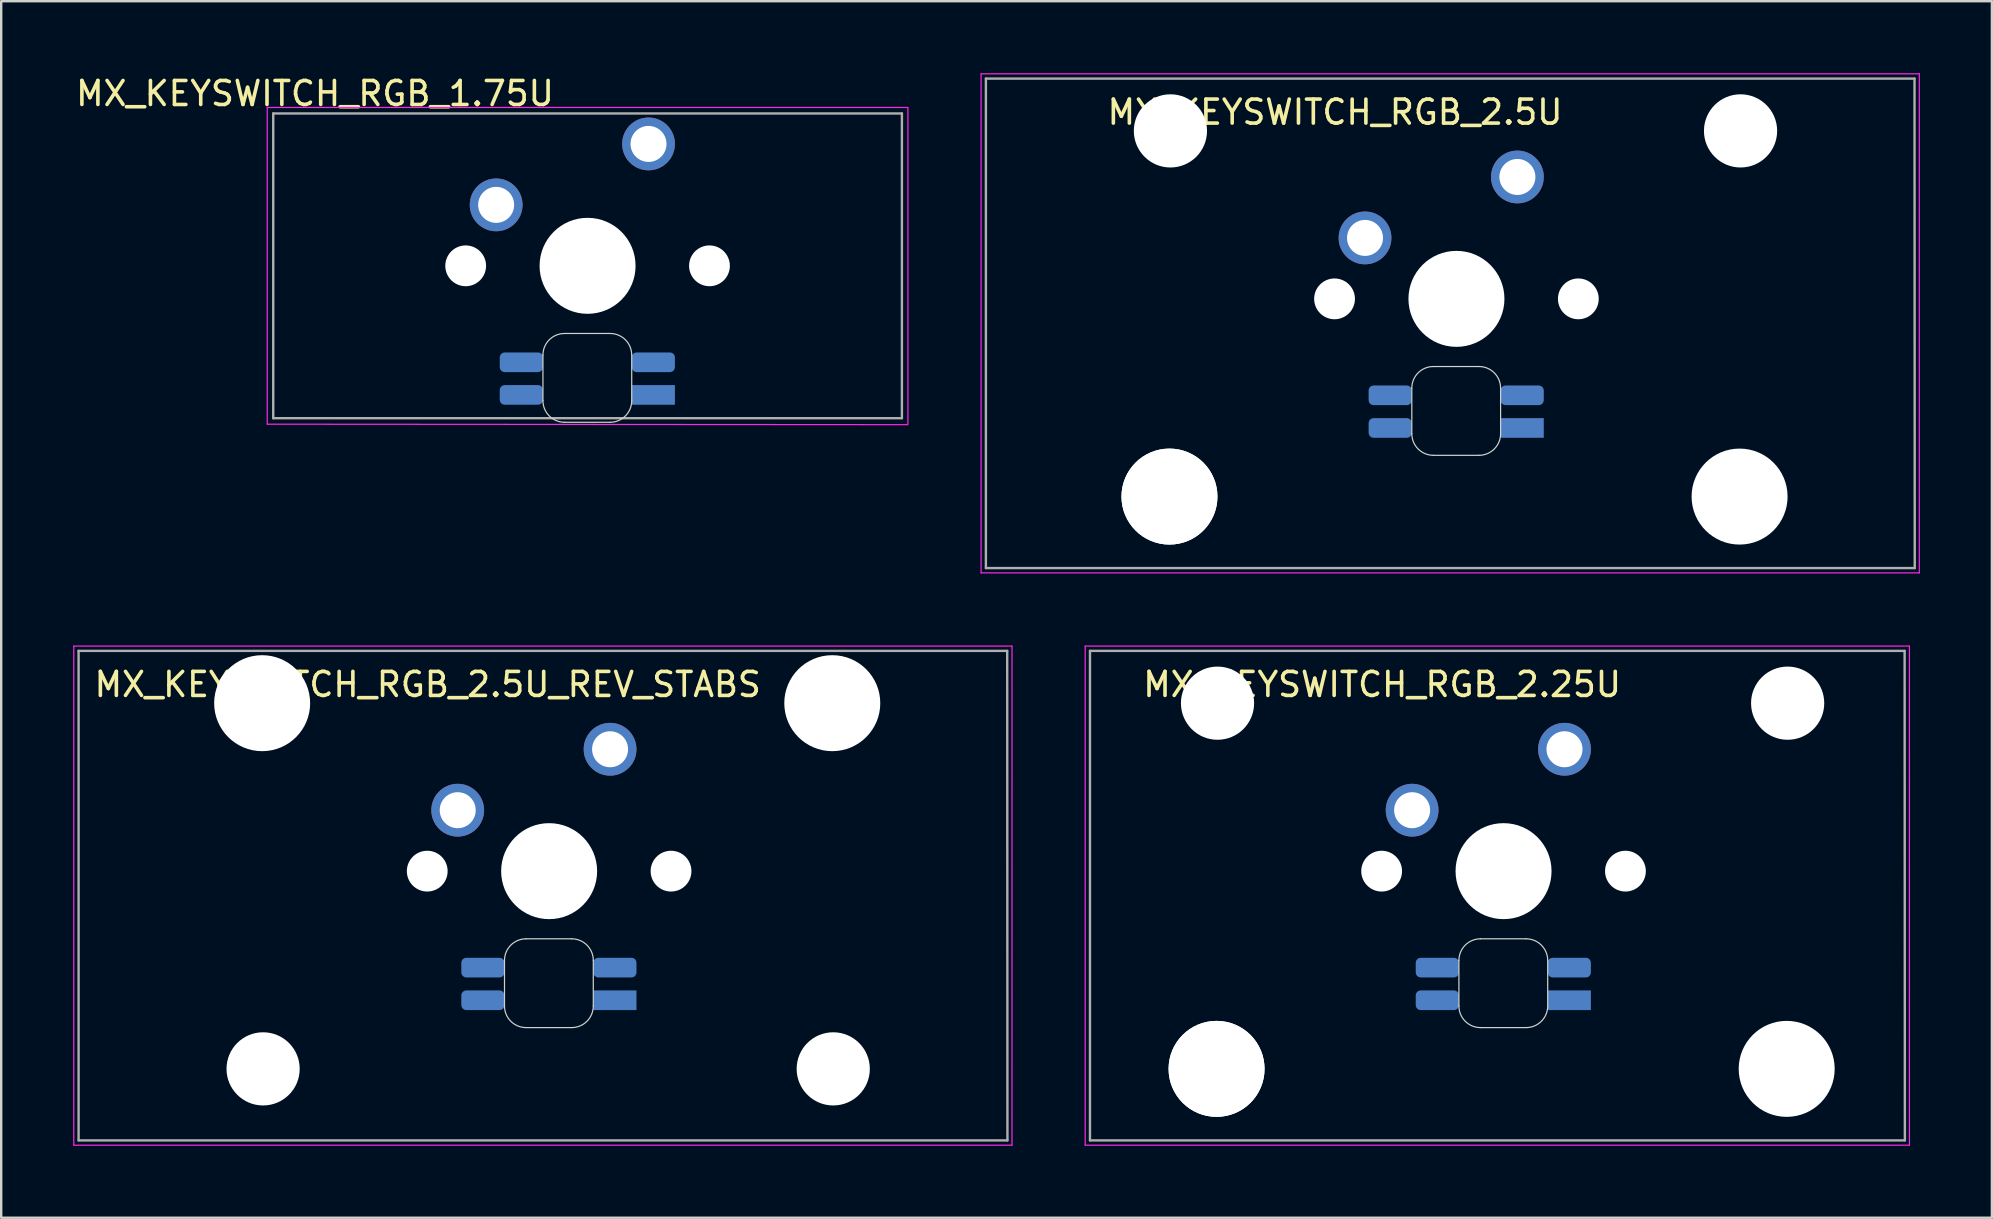
<source format=kicad_pcb>
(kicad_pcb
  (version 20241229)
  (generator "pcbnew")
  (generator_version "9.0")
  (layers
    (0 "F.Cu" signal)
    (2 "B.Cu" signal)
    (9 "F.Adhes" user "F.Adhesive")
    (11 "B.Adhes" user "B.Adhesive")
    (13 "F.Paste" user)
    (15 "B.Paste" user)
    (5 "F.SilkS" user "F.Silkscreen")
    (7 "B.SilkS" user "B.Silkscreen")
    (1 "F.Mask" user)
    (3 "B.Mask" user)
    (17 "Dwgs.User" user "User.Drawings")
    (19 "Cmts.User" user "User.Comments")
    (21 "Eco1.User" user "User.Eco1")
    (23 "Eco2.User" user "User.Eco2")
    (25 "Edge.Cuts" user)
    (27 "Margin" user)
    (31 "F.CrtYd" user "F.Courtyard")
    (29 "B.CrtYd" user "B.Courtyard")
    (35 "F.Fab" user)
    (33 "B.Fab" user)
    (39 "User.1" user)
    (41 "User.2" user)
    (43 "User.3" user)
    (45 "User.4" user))
  (footprint "MX_KEYSWITCH_RGB_2.5U"
    (layer "F.Cu")
    (at 57.587 9.425)
    (property "Reference" "MX_KEYSWITCH_RGB_2.5U" (at -5 -7.8 0) (layer "F.SilkS") (effects (font (size 1 1) (thickness 0.15))))
    (attr through_hole)
    (fp_line (start -1.8 3.7) (end -1.8 5.6) (stroke (width 0.05) (type solid)) (layer "Edge.Cuts"))
    (fp_line (start -0.9 6.5) (end 1 6.5) (stroke (width 0.05) (type solid)) (layer "Edge.Cuts"))
    (fp_line (start 1 2.8) (end -0.9 2.8) (stroke (width 0.05) (type solid)) (layer "Edge.Cuts"))
    (fp_line (start 1.9 5.6) (end 1.9 3.7) (stroke (width 0.05) (type solid)) (layer "Edge.Cuts"))
    (fp_arc (start -1.8 3.7) (mid -1.536396 3.063604) (end -0.9 2.8) (stroke (width 0.05) (type solid)) (layer "Edge.Cuts"))
    (fp_arc (start -0.9 6.5) (mid -1.536396 6.236396) (end -1.8 5.6) (stroke (width 0.05) (type solid)) (layer "Edge.Cuts"))
    (fp_arc (start 1 2.8) (mid 1.636396 3.063604) (end 1.9 3.7) (stroke (width 0.05) (type solid)) (layer "Edge.Cuts"))
    (fp_arc (start 1.9 5.6) (mid 1.636396 6.236396) (end 1 6.5) (stroke (width 0.05) (type solid)) (layer "Edge.Cuts"))
    (fp_line (start -19.75 -9.4) (end 19.35 -9.4) (stroke (width 0.05) (type solid)) (layer "F.CrtYd"))
    (fp_line (start -19.75 11.4) (end -19.75 -9.4) (stroke (width 0.05) (type solid)) (layer "F.CrtYd"))
    (fp_line (start 19.35 -9.4) (end 19.35 11.4) (stroke (width 0.05) (type solid)) (layer "F.CrtYd"))
    (fp_line (start 19.35 11.4) (end -19.75 11.4) (stroke (width 0.05) (type solid)) (layer "F.CrtYd"))
    (fp_line (start -19.55 -9.2) (end 19.15 -9.2) (stroke (width 0.1) (type solid)) (layer "F.Fab"))
    (fp_line (start -19.55 11.2) (end -19.55 -9.2) (stroke (width 0.1) (type solid)) (layer "F.Fab"))
    (fp_line (start 19.15 -9.2) (end 19.16 11.2) (stroke (width 0.1) (type solid)) (layer "F.Fab"))
    (fp_line (start 19.16 11.2) (end -19.55 11.2) (stroke (width 0.1) (type solid)) (layer "F.Fab"))
    (pad "" np_thru_hole circle (at -11.9 8.22) (size 4 4) (drill 4) (layers "*.Cu" "*.Mask"))
    (pad "" np_thru_hole circle (at -11.9 8.22) (size 4 4) (drill 4) (layers "*.Cu" "*.Mask"))
    (pad "" np_thru_hole circle (at -11.86 -7.02) (size 3.05 3.05) (drill 3.05) (layers "*.Cu" "*.Mask"))
    (pad "" np_thru_hole circle (at -5.02 -0.02) (size 1.7 1.7) (drill 1.7) (layers "*.Cu" "*.Mask"))
    (pad "" np_thru_hole circle (at 0.06 -0.02) (size 4 4) (drill 4) (layers "*.Cu" "*.Mask"))
    (pad "" np_thru_hole circle (at 5.14 -0.02) (size 1.7 1.7) (drill 1.7) (layers "*.Cu" "*.Mask"))
    (pad "" np_thru_hole circle (at 11.86 8.22) (size 4 4) (drill 4) (layers "*.Cu" "*.Mask"))
    (pad "" np_thru_hole circle (at 11.9 -7.02) (size 3.05 3.05) (drill 3.05) (layers "*.Cu" "*.Mask"))
    (pad "1" thru_hole circle (at 2.6 -5.1) (size 2.2 2.2) (drill 1.5) (layers "*.Cu" "*.Mask"))
    (pad "2" thru_hole circle (at -3.75 -2.56) (size 2.2 2.2) (drill 1.5) (layers "*.Cu" "*.Mask"))
    (pad "3" smd roundrect (at 2.8 4) (size 1.8 0.82) (layers "B.Cu" "B.Mask" "B.Paste") (roundrect_rratio 0.25))
    (pad "4" smd roundrect (at -2.7 5.36) (size 1.8 0.82) (layers "B.Cu" "B.Mask" "B.Paste") (roundrect_rratio 0.25))
    (pad "5" smd roundrect (at -2.7 4) (size 1.8 0.82) (layers "B.Cu" "B.Mask" "B.Paste") (roundrect_rratio 0.25))
    (pad "6" smd rect (at 2.8 5.36) (size 1.8 0.82) (layers "B.Cu" "B.Mask" "B.Paste")))
  (footprint "MX_KEYSWITCH_RGB_1.75U"
    (layer "F.Cu")
    (at 21.377 8.048)
    (property "Reference" "MX_KEYSWITCH_RGB_1.75U" (at -11.3 -7.2 0) (layer "F.SilkS") (effects (font (size 1 1) (thickness 0.15))))
    (attr through_hole)
    (fp_line (start -1.8 3.7) (end -1.8 5.6) (stroke (width 0.05) (type solid)) (layer "Edge.Cuts"))
    (fp_line (start -0.9 6.5) (end 1 6.5) (stroke (width 0.05) (type solid)) (layer "Edge.Cuts"))
    (fp_line (start 1 2.8) (end -0.9 2.8) (stroke (width 0.05) (type solid)) (layer "Edge.Cuts"))
    (fp_line (start 1.9 5.6) (end 1.9 3.7) (stroke (width 0.05) (type solid)) (layer "Edge.Cuts"))
    (fp_arc (start -1.8 3.7) (mid -1.536396 3.063604) (end -0.9 2.8) (stroke (width 0.05) (type solid)) (layer "Edge.Cuts"))
    (fp_arc (start -0.9 6.5) (mid -1.536396 6.236396) (end -1.8 5.6) (stroke (width 0.05) (type solid)) (layer "Edge.Cuts"))
    (fp_arc (start 1 2.8) (mid 1.636396 3.063604) (end 1.9 3.7) (stroke (width 0.05) (type solid)) (layer "Edge.Cuts"))
    (fp_arc (start 1.9 5.6) (mid 1.636396 6.236396) (end 1 6.5) (stroke (width 0.05) (type solid)) (layer "Edge.Cuts"))
    (fp_line (start -13.29 -6.62) (end 13.4 -6.62) (stroke (width 0.05) (type solid)) (layer "F.CrtYd"))
    (fp_line (start -13.29 6.58) (end -13.29 -6.62) (stroke (width 0.05) (type solid)) (layer "F.CrtYd"))
    (fp_line (start 13.4 6.6) (end -13.29 6.58) (stroke (width 0.05) (type solid)) (layer "F.CrtYd"))
    (fp_line (start 13.41 -6.62) (end 13.41 6.58) (stroke (width 0.05) (type solid)) (layer "F.CrtYd"))
    (fp_line (start -13.04 -6.37) (end 13.16 -6.37) (stroke (width 0.1) (type solid)) (layer "F.Fab"))
    (fp_line (start -13.04 6.33) (end -13.04 -6.37) (stroke (width 0.1) (type solid)) (layer "F.Fab"))
    (fp_line (start 13.16 -6.37) (end 13.16 6.33) (stroke (width 0.1) (type solid)) (layer "F.Fab"))
    (fp_line (start 13.16 6.33) (end -13.04 6.33) (stroke (width 0.1) (type solid)) (layer "F.Fab"))
    (pad "" np_thru_hole circle (at -5.02 -0.02) (size 1.7 1.7) (drill 1.7) (layers "*.Cu" "*.Mask"))
    (pad "" np_thru_hole circle (at 0.06 -0.02) (size 4 4) (drill 4) (layers "*.Cu" "*.Mask"))
    (pad "" np_thru_hole circle (at 5.14 -0.02) (size 1.7 1.7) (drill 1.7) (layers "*.Cu" "*.Mask"))
    (pad "1" thru_hole circle (at 2.6 -5.1) (size 2.2 2.2) (drill 1.5) (layers "*.Cu" "*.Mask"))
    (pad "2" thru_hole circle (at -3.75 -2.56) (size 2.2 2.2) (drill 1.5) (layers "*.Cu" "*.Mask"))
    (pad "3" smd roundrect (at 2.8 4) (size 1.8 0.82) (layers "B.Cu" "B.Mask" "B.Paste") (roundrect_rratio 0.25))
    (pad "4" smd roundrect (at -2.7 5.36) (size 1.8 0.82) (layers "B.Cu" "B.Mask" "B.Paste") (roundrect_rratio 0.25))
    (pad "5" smd roundrect (at -2.7 4) (size 1.8 0.82) (layers "B.Cu" "B.Mask" "B.Paste") (roundrect_rratio 0.25))
    (pad "6" smd rect (at 2.8 5.36) (size 1.8 0.82) (layers "B.Cu" "B.Mask" "B.Paste")))
  (footprint "MX_KEYSWITCH_RGB_2.5U_REV_STABS"
    (layer "F.Cu")
    (at 19.775 33.275)
    (property "Reference" "MX_KEYSWITCH_RGB_2.5U_REV_STABS" (at -5 -7.8 0) (layer "F.SilkS") (effects (font (size 1 1) (thickness 0.15))))
    (attr through_hole)
    (fp_line (start -1.8 3.7) (end -1.8 5.6) (stroke (width 0.05) (type solid)) (layer "Edge.Cuts"))
    (fp_line (start -0.9 6.5) (end 1 6.5) (stroke (width 0.05) (type solid)) (layer "Edge.Cuts"))
    (fp_line (start 1 2.8) (end -0.9 2.8) (stroke (width 0.05) (type solid)) (layer "Edge.Cuts"))
    (fp_line (start 1.9 5.6) (end 1.9 3.7) (stroke (width 0.05) (type solid)) (layer "Edge.Cuts"))
    (fp_arc (start -1.8 3.7) (mid -1.536396 3.063604) (end -0.9 2.8) (stroke (width 0.05) (type solid)) (layer "Edge.Cuts"))
    (fp_arc (start -0.9 6.5) (mid -1.536396 6.236396) (end -1.8 5.6) (stroke (width 0.05) (type solid)) (layer "Edge.Cuts"))
    (fp_arc (start 1 2.8) (mid 1.636396 3.063604) (end 1.9 3.7) (stroke (width 0.05) (type solid)) (layer "Edge.Cuts"))
    (fp_arc (start 1.9 5.6) (mid 1.636396 6.236396) (end 1 6.5) (stroke (width 0.05) (type solid)) (layer "Edge.Cuts"))
    (fp_line (start -19.75 -9.4) (end 19.35 -9.4) (stroke (width 0.05) (type solid)) (layer "F.CrtYd"))
    (fp_line (start -19.75 11.4) (end -19.75 -9.4) (stroke (width 0.05) (type solid)) (layer "F.CrtYd"))
    (fp_line (start 19.35 -9.4) (end 19.35 11.4) (stroke (width 0.05) (type solid)) (layer "F.CrtYd"))
    (fp_line (start 19.35 11.4) (end -19.75 11.4) (stroke (width 0.05) (type solid)) (layer "F.CrtYd"))
    (fp_line (start -19.55 -9.2) (end 19.15 -9.2) (stroke (width 0.1) (type solid)) (layer "F.Fab"))
    (fp_line (start -19.55 11.2) (end -19.55 -9.2) (stroke (width 0.1) (type solid)) (layer "F.Fab"))
    (fp_line (start 19.15 -9.2) (end 19.16 11.2) (stroke (width 0.1) (type solid)) (layer "F.Fab"))
    (fp_line (start 19.16 11.2) (end -19.55 11.2) (stroke (width 0.1) (type solid)) (layer "F.Fab"))
    (pad "" np_thru_hole circle (at -11.9 -7.02) (size 4 4) (drill 4) (layers "*.Cu" "*.Mask"))
    (pad "" np_thru_hole circle (at -11.86 8.22) (size 3.05 3.05) (drill 3.05) (layers "*.Cu" "*.Mask"))
    (pad "" np_thru_hole circle (at -5.02 -0.02) (size 1.7 1.7) (drill 1.7) (layers "*.Cu" "*.Mask"))
    (pad "" np_thru_hole circle (at 0.06 -0.02) (size 4 4) (drill 4) (layers "*.Cu" "*.Mask"))
    (pad "" np_thru_hole circle (at 5.14 -0.02) (size 1.7 1.7) (drill 1.7) (layers "*.Cu" "*.Mask"))
    (pad "" np_thru_hole circle (at 11.86 -7.02) (size 4 4) (drill 4) (layers "*.Cu" "*.Mask"))
    (pad "" np_thru_hole circle (at 11.9 8.22) (size 3.05 3.05) (drill 3.05) (layers "*.Cu" "*.Mask"))
    (pad "1" thru_hole circle (at 2.6 -5.1) (size 2.2 2.2) (drill 1.5) (layers "*.Cu" "*.Mask"))
    (pad "2" thru_hole circle (at -3.75 -2.56) (size 2.2 2.2) (drill 1.5) (layers "*.Cu" "*.Mask"))
    (pad "3" smd roundrect (at 2.8 4) (size 1.8 0.82) (layers "B.Cu" "B.Mask" "B.Paste") (roundrect_rratio 0.25))
    (pad "4" smd roundrect (at -2.7 5.36) (size 1.8 0.82) (layers "B.Cu" "B.Mask" "B.Paste") (roundrect_rratio 0.25))
    (pad "5" smd roundrect (at -2.7 4) (size 1.8 0.82) (layers "B.Cu" "B.Mask" "B.Paste") (roundrect_rratio 0.25))
    (pad "6" smd rect (at 2.8 5.36) (size 1.8 0.82) (layers "B.Cu" "B.Mask" "B.Paste")))
  (footprint "MX_KEYSWITCH_RGB_2.25U"
    (layer "F.Cu")
    (at 59.55 33.275)
    (property "Reference" "MX_KEYSWITCH_RGB_2.25U" (at -5 -7.8 0) (layer "F.SilkS") (effects (font (size 1 1) (thickness 0.15))))
    (attr through_hole)
    (fp_line (start -1.8 3.7) (end -1.8 5.6) (stroke (width 0.05) (type solid)) (layer "Edge.Cuts"))
    (fp_line (start -0.9 6.5) (end 1 6.5) (stroke (width 0.05) (type solid)) (layer "Edge.Cuts"))
    (fp_line (start 1 2.8) (end -0.9 2.8) (stroke (width 0.05) (type solid)) (layer "Edge.Cuts"))
    (fp_line (start 1.9 5.6) (end 1.9 3.7) (stroke (width 0.05) (type solid)) (layer "Edge.Cuts"))
    (fp_arc (start -1.8 3.7) (mid -1.536396 3.063604) (end -0.9 2.8) (stroke (width 0.05) (type solid)) (layer "Edge.Cuts"))
    (fp_arc (start -0.9 6.5) (mid -1.536396 6.236396) (end -1.8 5.6) (stroke (width 0.05) (type solid)) (layer "Edge.Cuts"))
    (fp_arc (start 1 2.8) (mid 1.636396 3.063604) (end 1.9 3.7) (stroke (width 0.05) (type solid)) (layer "Edge.Cuts"))
    (fp_arc (start 1.9 5.6) (mid 1.636396 6.236396) (end 1 6.5) (stroke (width 0.05) (type solid)) (layer "Edge.Cuts"))
    (fp_line (start -17.375 -9.4) (end 16.975 -9.4) (stroke (width 0.05) (type solid)) (layer "F.CrtYd"))
    (fp_line (start -17.375 11.4) (end -17.375 -9.4) (stroke (width 0.05) (type solid)) (layer "F.CrtYd"))
    (fp_line (start 16.975 -9.4) (end 16.975 11.4) (stroke (width 0.05) (type solid)) (layer "F.CrtYd"))
    (fp_line (start 16.975 11.4) (end -17.375 11.4) (stroke (width 0.05) (type solid)) (layer "F.CrtYd"))
    (fp_line (start -17.175 -9.2) (end 16.775 -9.2) (stroke (width 0.1) (type solid)) (layer "F.Fab"))
    (fp_line (start -17.175 11.2) (end -17.175 -9.2) (stroke (width 0.1) (type solid)) (layer "F.Fab"))
    (fp_line (start 16.775 -9.2) (end 16.785 11.2) (stroke (width 0.1) (type solid)) (layer "F.Fab"))
    (fp_line (start 16.785 11.2) (end -17.175 11.2) (stroke (width 0.1) (type solid)) (layer "F.Fab"))
    (pad "" np_thru_hole circle (at -11.9 8.22) (size 4 4) (drill 4) (layers "*.Cu" "*.Mask"))
    (pad "" np_thru_hole circle (at -11.9 8.22) (size 4 4) (drill 4) (layers "*.Cu" "*.Mask"))
    (pad "" np_thru_hole circle (at -11.86 -7.02) (size 3.05 3.05) (drill 3.05) (layers "*.Cu" "*.Mask"))
    (pad "" np_thru_hole circle (at -5.02 -0.02) (size 1.7 1.7) (drill 1.7) (layers "*.Cu" "*.Mask"))
    (pad "" np_thru_hole circle (at 0.06 -0.02) (size 4 4) (drill 4) (layers "*.Cu" "*.Mask"))
    (pad "" np_thru_hole circle (at 5.14 -0.02) (size 1.7 1.7) (drill 1.7) (layers "*.Cu" "*.Mask"))
    (pad "" np_thru_hole circle (at 11.86 8.22) (size 4 4) (drill 4) (layers "*.Cu" "*.Mask"))
    (pad "" np_thru_hole circle (at 11.9 -7.02) (size 3.05 3.05) (drill 3.05) (layers "*.Cu" "*.Mask"))
    (pad "1" thru_hole circle (at 2.6 -5.1) (size 2.2 2.2) (drill 1.5) (layers "*.Cu" "*.Mask"))
    (pad "2" thru_hole circle (at -3.75 -2.56) (size 2.2 2.2) (drill 1.5) (layers "*.Cu" "*.Mask"))
    (pad "3" smd roundrect (at 2.8 4) (size 1.8 0.82) (layers "B.Cu" "B.Mask" "B.Paste") (roundrect_rratio 0.25))
    (pad "4" smd roundrect (at -2.7 5.36) (size 1.8 0.82) (layers "B.Cu" "B.Mask" "B.Paste") (roundrect_rratio 0.25))
    (pad "5" smd roundrect (at -2.7 4) (size 1.8 0.82) (layers "B.Cu" "B.Mask" "B.Paste") (roundrect_rratio 0.25))
    (pad "6" smd rect (at 2.8 5.36) (size 1.8 0.82) (layers "B.Cu" "B.Mask" "B.Paste")))
  (gr_rect
    (start -3 -3)
    (end 79.962 47.7)
    (stroke (width 0.1) (type default))
    (fill no)
    (layer "Edge.Cuts")))
</source>
